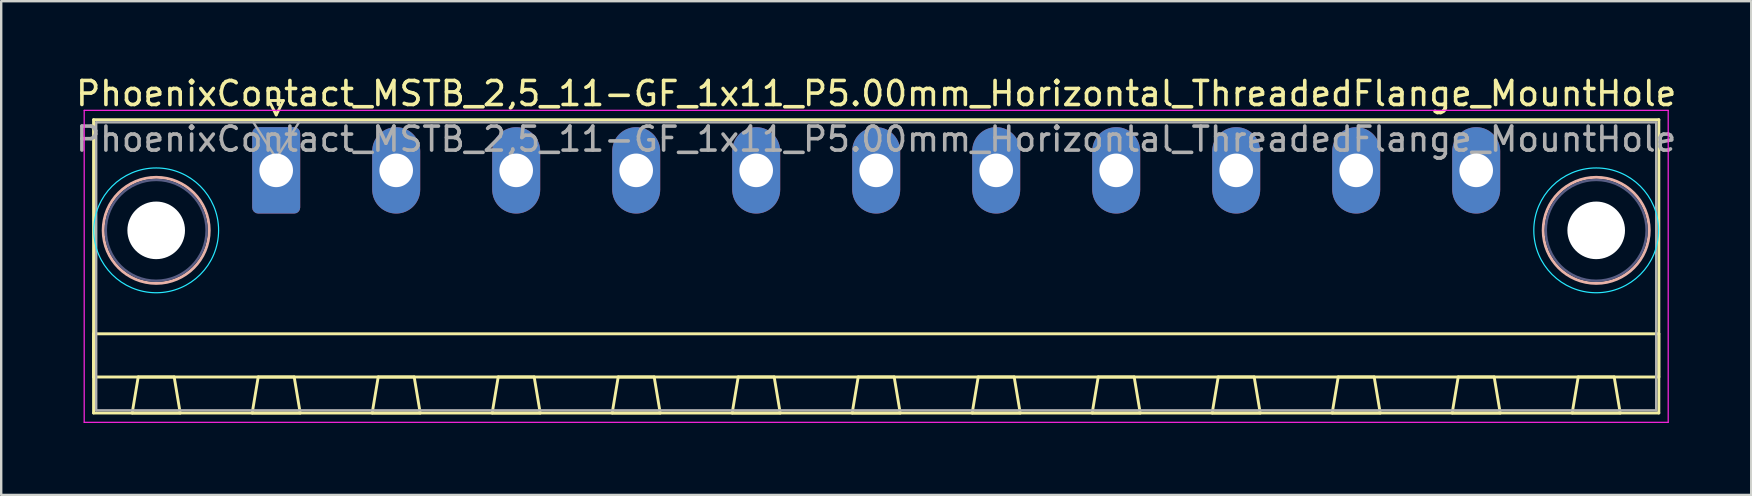
<source format=kicad_pcb>
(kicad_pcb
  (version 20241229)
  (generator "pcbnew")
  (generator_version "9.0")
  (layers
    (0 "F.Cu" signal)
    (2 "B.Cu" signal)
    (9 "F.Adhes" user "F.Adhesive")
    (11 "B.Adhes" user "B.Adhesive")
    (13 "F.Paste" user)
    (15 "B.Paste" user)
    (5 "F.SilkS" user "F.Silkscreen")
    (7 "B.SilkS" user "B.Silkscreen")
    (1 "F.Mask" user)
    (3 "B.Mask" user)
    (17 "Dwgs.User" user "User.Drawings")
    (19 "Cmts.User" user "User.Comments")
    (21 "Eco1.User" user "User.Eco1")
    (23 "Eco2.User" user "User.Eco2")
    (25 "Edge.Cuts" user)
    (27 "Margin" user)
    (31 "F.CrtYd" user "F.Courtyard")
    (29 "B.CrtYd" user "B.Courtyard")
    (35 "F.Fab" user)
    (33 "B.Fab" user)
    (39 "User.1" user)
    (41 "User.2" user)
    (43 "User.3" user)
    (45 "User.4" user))
  (footprint "PhoenixContact_MSTB_2,5_11-GF_1x11_P5.00mm_Horizontal_ThreadedFlange_MountHole"
    (layer "F.Cu")
    (at 8.458 4.048)
    (property "Reference" "PhoenixContact_MSTB_2,5_11-GF_1x11_P5.00mm_Horizontal_ThreadedFlange_MountHole" (at 25 -3.2 0) (layer "F.SilkS") (effects (font (size 1 1) (thickness 0.15))))
    (attr through_hole)
    (fp_line (start -7.61 -2.11) (end -7.61 10.11) (stroke (width 0.12) (type solid)) (layer "F.SilkS"))
    (fp_line (start -7.61 6.81) (end 57.61 6.81) (stroke (width 0.12) (type solid)) (layer "F.SilkS"))
    (fp_line (start -7.61 8.61) (end -7.61 6.81) (stroke (width 0.12) (type solid)) (layer "F.SilkS"))
    (fp_line (start -7.61 10.11) (end 57.61 10.11) (stroke (width 0.12) (type solid)) (layer "F.SilkS"))
    (fp_line (start -6 10.11) (end -4 10.11) (stroke (width 0.12) (type solid)) (layer "F.SilkS"))
    (fp_line (start -5.75 8.61) (end -6 10.11) (stroke (width 0.12) (type solid)) (layer "F.SilkS"))
    (fp_line (start -4.25 8.61) (end -5.75 8.61) (stroke (width 0.12) (type solid)) (layer "F.SilkS"))
    (fp_line (start -4 10.11) (end -4.25 8.61) (stroke (width 0.12) (type solid)) (layer "F.SilkS"))
    (fp_line (start -1 10.11) (end 1 10.11) (stroke (width 0.12) (type solid)) (layer "F.SilkS"))
    (fp_line (start -0.75 8.61) (end -1 10.11) (stroke (width 0.12) (type solid)) (layer "F.SilkS"))
    (fp_line (start -0.3 -2.91) (end 0.3 -2.91) (stroke (width 0.12) (type solid)) (layer "F.SilkS"))
    (fp_line (start 0 -2.31) (end -0.3 -2.91) (stroke (width 0.12) (type solid)) (layer "F.SilkS"))
    (fp_line (start 0.3 -2.91) (end 0 -2.31) (stroke (width 0.12) (type solid)) (layer "F.SilkS"))
    (fp_line (start 0.75 8.61) (end -0.75 8.61) (stroke (width 0.12) (type solid)) (layer "F.SilkS"))
    (fp_line (start 1 10.11) (end 0.75 8.61) (stroke (width 0.12) (type solid)) (layer "F.SilkS"))
    (fp_line (start 4 10.11) (end 6 10.11) (stroke (width 0.12) (type solid)) (layer "F.SilkS"))
    (fp_line (start 4.25 8.61) (end 4 10.11) (stroke (width 0.12) (type solid)) (layer "F.SilkS"))
    (fp_line (start 5.75 8.61) (end 4.25 8.61) (stroke (width 0.12) (type solid)) (layer "F.SilkS"))
    (fp_line (start 6 10.11) (end 5.75 8.61) (stroke (width 0.12) (type solid)) (layer "F.SilkS"))
    (fp_line (start 9 10.11) (end 11 10.11) (stroke (width 0.12) (type solid)) (layer "F.SilkS"))
    (fp_line (start 9.25 8.61) (end 9 10.11) (stroke (width 0.12) (type solid)) (layer "F.SilkS"))
    (fp_line (start 10.75 8.61) (end 9.25 8.61) (stroke (width 0.12) (type solid)) (layer "F.SilkS"))
    (fp_line (start 11 10.11) (end 10.75 8.61) (stroke (width 0.12) (type solid)) (layer "F.SilkS"))
    (fp_line (start 14 10.11) (end 16 10.11) (stroke (width 0.12) (type solid)) (layer "F.SilkS"))
    (fp_line (start 14.25 8.61) (end 14 10.11) (stroke (width 0.12) (type solid)) (layer "F.SilkS"))
    (fp_line (start 15.75 8.61) (end 14.25 8.61) (stroke (width 0.12) (type solid)) (layer "F.SilkS"))
    (fp_line (start 16 10.11) (end 15.75 8.61) (stroke (width 0.12) (type solid)) (layer "F.SilkS"))
    (fp_line (start 19 10.11) (end 21 10.11) (stroke (width 0.12) (type solid)) (layer "F.SilkS"))
    (fp_line (start 19.25 8.61) (end 19 10.11) (stroke (width 0.12) (type solid)) (layer "F.SilkS"))
    (fp_line (start 20.75 8.61) (end 19.25 8.61) (stroke (width 0.12) (type solid)) (layer "F.SilkS"))
    (fp_line (start 21 10.11) (end 20.75 8.61) (stroke (width 0.12) (type solid)) (layer "F.SilkS"))
    (fp_line (start 24 10.11) (end 26 10.11) (stroke (width 0.12) (type solid)) (layer "F.SilkS"))
    (fp_line (start 24.25 8.61) (end 24 10.11) (stroke (width 0.12) (type solid)) (layer "F.SilkS"))
    (fp_line (start 25.75 8.61) (end 24.25 8.61) (stroke (width 0.12) (type solid)) (layer "F.SilkS"))
    (fp_line (start 26 10.11) (end 25.75 8.61) (stroke (width 0.12) (type solid)) (layer "F.SilkS"))
    (fp_line (start 29 10.11) (end 31 10.11) (stroke (width 0.12) (type solid)) (layer "F.SilkS"))
    (fp_line (start 29.25 8.61) (end 29 10.11) (stroke (width 0.12) (type solid)) (layer "F.SilkS"))
    (fp_line (start 30.75 8.61) (end 29.25 8.61) (stroke (width 0.12) (type solid)) (layer "F.SilkS"))
    (fp_line (start 31 10.11) (end 30.75 8.61) (stroke (width 0.12) (type solid)) (layer "F.SilkS"))
    (fp_line (start 34 10.11) (end 36 10.11) (stroke (width 0.12) (type solid)) (layer "F.SilkS"))
    (fp_line (start 34.25 8.61) (end 34 10.11) (stroke (width 0.12) (type solid)) (layer "F.SilkS"))
    (fp_line (start 35.75 8.61) (end 34.25 8.61) (stroke (width 0.12) (type solid)) (layer "F.SilkS"))
    (fp_line (start 36 10.11) (end 35.75 8.61) (stroke (width 0.12) (type solid)) (layer "F.SilkS"))
    (fp_line (start 39 10.11) (end 41 10.11) (stroke (width 0.12) (type solid)) (layer "F.SilkS"))
    (fp_line (start 39.25 8.61) (end 39 10.11) (stroke (width 0.12) (type solid)) (layer "F.SilkS"))
    (fp_line (start 40.75 8.61) (end 39.25 8.61) (stroke (width 0.12) (type solid)) (layer "F.SilkS"))
    (fp_line (start 41 10.11) (end 40.75 8.61) (stroke (width 0.12) (type solid)) (layer "F.SilkS"))
    (fp_line (start 44 10.11) (end 46 10.11) (stroke (width 0.12) (type solid)) (layer "F.SilkS"))
    (fp_line (start 44.25 8.61) (end 44 10.11) (stroke (width 0.12) (type solid)) (layer "F.SilkS"))
    (fp_line (start 45.75 8.61) (end 44.25 8.61) (stroke (width 0.12) (type solid)) (layer "F.SilkS"))
    (fp_line (start 46 10.11) (end 45.75 8.61) (stroke (width 0.12) (type solid)) (layer "F.SilkS"))
    (fp_line (start 49 10.11) (end 51 10.11) (stroke (width 0.12) (type solid)) (layer "F.SilkS"))
    (fp_line (start 49.25 8.61) (end 49 10.11) (stroke (width 0.12) (type solid)) (layer "F.SilkS"))
    (fp_line (start 50.75 8.61) (end 49.25 8.61) (stroke (width 0.12) (type solid)) (layer "F.SilkS"))
    (fp_line (start 51 10.11) (end 50.75 8.61) (stroke (width 0.12) (type solid)) (layer "F.SilkS"))
    (fp_line (start 54 10.11) (end 56 10.11) (stroke (width 0.12) (type solid)) (layer "F.SilkS"))
    (fp_line (start 54.25 8.61) (end 54 10.11) (stroke (width 0.12) (type solid)) (layer "F.SilkS"))
    (fp_line (start 55.75 8.61) (end 54.25 8.61) (stroke (width 0.12) (type solid)) (layer "F.SilkS"))
    (fp_line (start 56 10.11) (end 55.75 8.61) (stroke (width 0.12) (type solid)) (layer "F.SilkS"))
    (fp_line (start 57.61 -2.11) (end -7.61 -2.11) (stroke (width 0.12) (type solid)) (layer "F.SilkS"))
    (fp_line (start 57.61 6.81) (end 57.61 8.61) (stroke (width 0.12) (type solid)) (layer "F.SilkS"))
    (fp_line (start 57.61 8.61) (end -7.61 8.61) (stroke (width 0.12) (type solid)) (layer "F.SilkS"))
    (fp_line (start 57.61 10.11) (end 57.61 -2.11) (stroke (width 0.12) (type solid)) (layer "F.SilkS"))
    (fp_circle (center -5 2.5) (end -2.79 2.5) (stroke (width 0.12) (type solid)) (fill no) (layer "B.SilkS"))
    (fp_circle (center 55 2.5) (end 57.21 2.5) (stroke (width 0.12) (type solid)) (fill no) (layer "B.SilkS"))
    (fp_circle (center -5 2.5) (end -2.4 2.5) (stroke (width 0.05) (type solid)) (fill no) (layer "B.CrtYd"))
    (fp_circle (center 55 2.5) (end 57.6 2.5) (stroke (width 0.05) (type solid)) (fill no) (layer "B.CrtYd"))
    (fp_line (start -8 -2.5) (end -8 10.5) (stroke (width 0.05) (type solid)) (layer "F.CrtYd"))
    (fp_line (start -8 10.5) (end 58 10.5) (stroke (width 0.05) (type solid)) (layer "F.CrtYd"))
    (fp_line (start 58 -2.5) (end -8 -2.5) (stroke (width 0.05) (type solid)) (layer "F.CrtYd"))
    (fp_line (start 58 10.5) (end 58 -2.5) (stroke (width 0.05) (type solid)) (layer "F.CrtYd"))
    (fp_circle (center -5 2.5) (end -2.9 2.5) (stroke (width 0.1) (type solid)) (fill no) (layer "B.Fab"))
    (fp_circle (center 55 2.5) (end 57.1 2.5) (stroke (width 0.1) (type solid)) (fill no) (layer "B.Fab"))
    (fp_line (start -7.5 -2) (end -7.5 10) (stroke (width 0.1) (type solid)) (layer "F.Fab"))
    (fp_line (start -7.5 10) (end 57.5 10) (stroke (width 0.1) (type solid)) (layer "F.Fab"))
    (fp_line (start 0 -0.5) (end -0.95 -2) (stroke (width 0.1) (type solid)) (layer "F.Fab"))
    (fp_line (start 0.95 -2) (end 0 -0.5) (stroke (width 0.1) (type solid)) (layer "F.Fab"))
    (fp_line (start 57.5 -2) (end -7.5 -2) (stroke (width 0.1) (type solid)) (layer "F.Fab"))
    (fp_line (start 57.5 10) (end 57.5 -2) (stroke (width 0.1) (type solid)) (layer "F.Fab"))
    (fp_text user "${REFERENCE}" (at 25 -1.3 0) (layer "F.Fab") (effects (font (size 1 1) (thickness 0.15))))
    (pad "" np_thru_hole circle (at -5 2.5) (size 2.4 2.4) (drill 2.4) (layers "*.Cu" "*.Mask"))
    (pad "" np_thru_hole circle (at 55 2.5) (size 2.4 2.4) (drill 2.4) (layers "*.Cu" "*.Mask"))
    (pad "1" thru_hole roundrect (at 0 0) (size 2 3.6) (drill 1.4) (layers "*.Cu" "*.Mask") (roundrect_rratio 0.125))
    (pad "2" thru_hole oval (at 5 0) (size 2 3.6) (drill 1.4) (layers "*.Cu" "*.Mask"))
    (pad "3" thru_hole oval (at 10 0) (size 2 3.6) (drill 1.4) (layers "*.Cu" "*.Mask"))
    (pad "4" thru_hole oval (at 15 0) (size 2 3.6) (drill 1.4) (layers "*.Cu" "*.Mask"))
    (pad "5" thru_hole oval (at 20 0) (size 2 3.6) (drill 1.4) (layers "*.Cu" "*.Mask"))
    (pad "6" thru_hole oval (at 25 0) (size 2 3.6) (drill 1.4) (layers "*.Cu" "*.Mask"))
    (pad "7" thru_hole oval (at 30 0) (size 2 3.6) (drill 1.4) (layers "*.Cu" "*.Mask"))
    (pad "8" thru_hole oval (at 35 0) (size 2 3.6) (drill 1.4) (layers "*.Cu" "*.Mask"))
    (pad "9" thru_hole oval (at 40 0) (size 2 3.6) (drill 1.4) (layers "*.Cu" "*.Mask"))
    (pad "10" thru_hole oval (at 45 0) (size 2 3.6) (drill 1.4) (layers "*.Cu" "*.Mask"))
    (pad "11" thru_hole oval (at 50 0) (size 2 3.6) (drill 1.4) (layers "*.Cu" "*.Mask")))
  (gr_rect
    (start -3 -3)
    (end 69.917 17.573)
    (stroke (width 0.1) (type default))
    (fill no)
    (layer "Edge.Cuts")))
</source>
